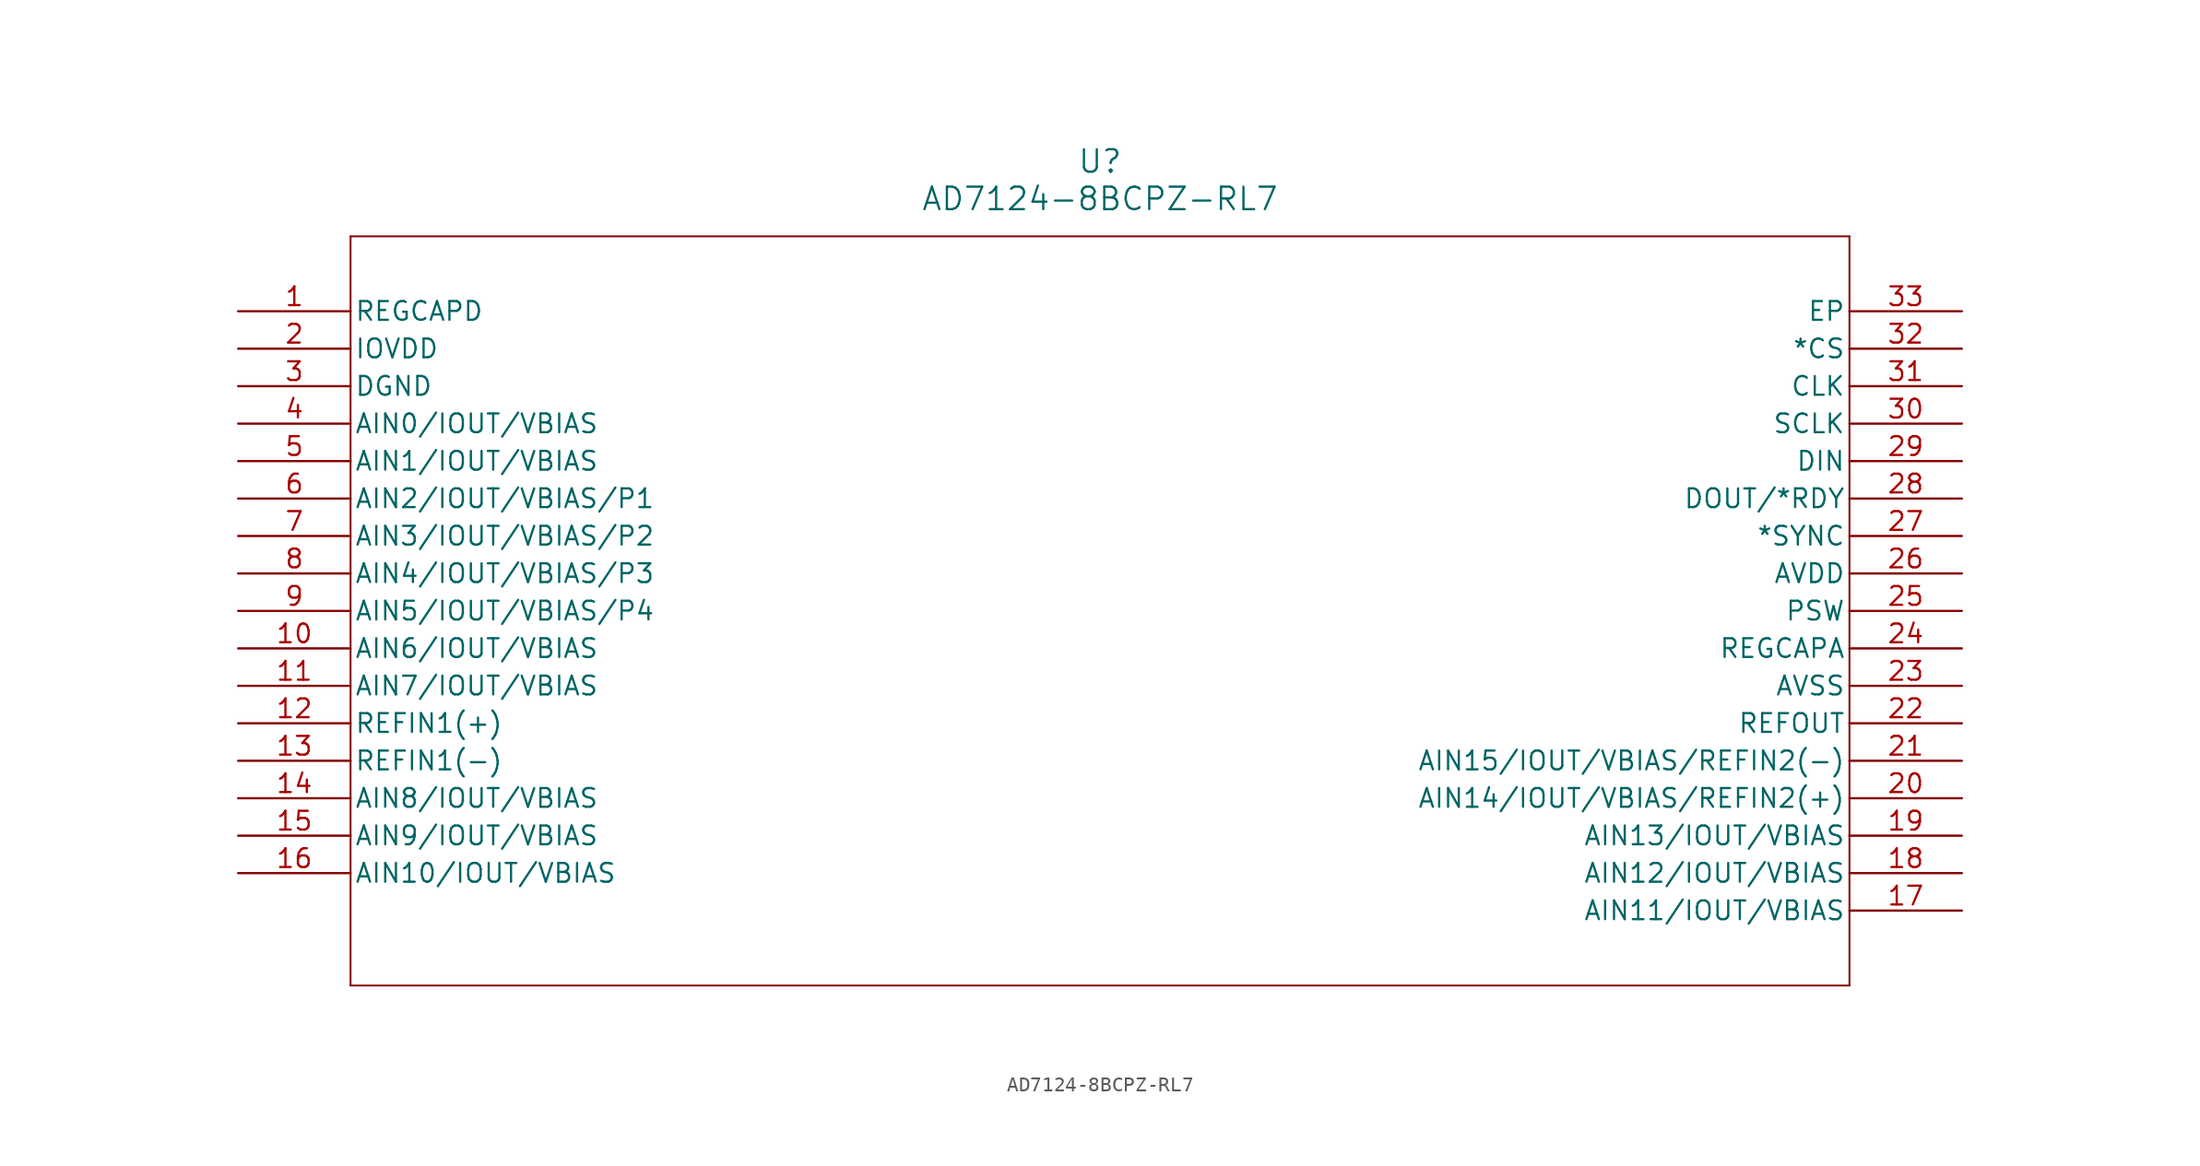
<source format=kicad_sym>
(kicad_symbol_lib
  (version 20211014)
  (generator kicad_symbol_editor)
  (symbol "AD7124-8BCPZ-RL7"
    (pin_names
      (offset 0.254))
    (property "Reference" "U"
      (at 58.42 10.16 0)
      (effects (font (size 1.524 1.524))))
    (property "Value" "AD7124-8BCPZ-RL7"
      (at 58.42 7.62 0)
      (effects (font (size 1.524 1.524))))
    (symbol "AD7124-8BCPZ-RL7_0_1"
      (polyline (pts (xy 7.62 5.08) (xy 7.62 -45.72)) (stroke (width 0.127) (type default) (color 0 0 0 0)) (fill (type none)))
      (polyline (pts (xy 7.62 -45.72) (xy 109.22 -45.72)) (stroke (width 0.127) (type default) (color 0 0 0 0)) (fill (type none)))
      (polyline (pts (xy 109.22 -45.72) (xy 109.22 5.08)) (stroke (width 0.127) (type default) (color 0 0 0 0)) (fill (type none)))
      (polyline (pts (xy 109.22 5.08) (xy 7.62 5.08)) (stroke (width 0.127) (type default) (color 0 0 0 0)) (fill (type none)))
      (pin output line (at 0 0 0) (length 7.62) (name "REGCAPD" (effects (font (size 1.27 1.27)))) (number "1" (effects (font (size 1.27 1.27)))))
      (pin power_in line (at 0 -2.54 0) (length 7.62) (name "IOVDD" (effects (font (size 1.27 1.27)))) (number "2" (effects (font (size 1.27 1.27)))))
      (pin power_out line (at 0 -5.08 0) (length 7.62) (name "DGND" (effects (font (size 1.27 1.27)))) (number "3" (effects (font (size 1.27 1.27)))))
      (pin bidirectional line (at 0 -7.62 0) (length 7.62) (name "AIN0/IOUT/VBIAS" (effects (font (size 1.27 1.27)))) (number "4" (effects (font (size 1.27 1.27)))))
      (pin bidirectional line (at 0 -10.16 0) (length 7.62) (name "AIN1/IOUT/VBIAS" (effects (font (size 1.27 1.27)))) (number "5" (effects (font (size 1.27 1.27)))))
      (pin bidirectional line (at 0 -12.7 0) (length 7.62) (name "AIN2/IOUT/VBIAS/P1" (effects (font (size 1.27 1.27)))) (number "6" (effects (font (size 1.27 1.27)))))
      (pin bidirectional line (at 0 -15.24 0) (length 7.62) (name "AIN3/IOUT/VBIAS/P2" (effects (font (size 1.27 1.27)))) (number "7" (effects (font (size 1.27 1.27)))))
      (pin bidirectional line (at 0 -17.78 0) (length 7.62) (name "AIN4/IOUT/VBIAS/P3" (effects (font (size 1.27 1.27)))) (number "8" (effects (font (size 1.27 1.27)))))
      (pin bidirectional line (at 0 -20.32 0) (length 7.62) (name "AIN5/IOUT/VBIAS/P4" (effects (font (size 1.27 1.27)))) (number "9" (effects (font (size 1.27 1.27)))))
      (pin bidirectional line (at 0 -22.86 0) (length 7.62) (name "AIN6/IOUT/VBIAS" (effects (font (size 1.27 1.27)))) (number "10" (effects (font (size 1.27 1.27)))))
      (pin bidirectional line (at 0 -25.4 0) (length 7.62) (name "AIN7/IOUT/VBIAS" (effects (font (size 1.27 1.27)))) (number "11" (effects (font (size 1.27 1.27)))))
      (pin input line (at 0 -27.94 0) (length 7.62) (name "REFIN1(+)" (effects (font (size 1.27 1.27)))) (number "12" (effects (font (size 1.27 1.27)))))
      (pin input line (at 0 -30.48 0) (length 7.62) (name "REFIN1(-)" (effects (font (size 1.27 1.27)))) (number "13" (effects (font (size 1.27 1.27)))))
      (pin bidirectional line (at 0 -33.02 0) (length 7.62) (name "AIN8/IOUT/VBIAS" (effects (font (size 1.27 1.27)))) (number "14" (effects (font (size 1.27 1.27)))))
      (pin bidirectional line (at 0 -35.56 0) (length 7.62) (name "AIN9/IOUT/VBIAS" (effects (font (size 1.27 1.27)))) (number "15" (effects (font (size 1.27 1.27)))))
      (pin bidirectional line (at 0 -38.1 0) (length 7.62) (name "AIN10/IOUT/VBIAS" (effects (font (size 1.27 1.27)))) (number "16" (effects (font (size 1.27 1.27)))))
      (pin bidirectional line (at 116.84 -40.64 180) (length 7.62) (name "AIN11/IOUT/VBIAS" (effects (font (size 1.27 1.27)))) (number "17" (effects (font (size 1.27 1.27)))))
      (pin bidirectional line (at 116.84 -38.1 180) (length 7.62) (name "AIN12/IOUT/VBIAS" (effects (font (size 1.27 1.27)))) (number "18" (effects (font (size 1.27 1.27)))))
      (pin bidirectional line (at 116.84 -35.56 180) (length 7.62) (name "AIN13/IOUT/VBIAS" (effects (font (size 1.27 1.27)))) (number "19" (effects (font (size 1.27 1.27)))))
      (pin bidirectional line (at 116.84 -33.02 180) (length 7.62) (name "AIN14/IOUT/VBIAS/REFIN2(+)" (effects (font (size 1.27 1.27)))) (number "20" (effects (font (size 1.27 1.27)))))
      (pin bidirectional line (at 116.84 -30.48 180) (length 7.62) (name "AIN15/IOUT/VBIAS/REFIN2(-)" (effects (font (size 1.27 1.27)))) (number "21" (effects (font (size 1.27 1.27)))))
      (pin output line (at 116.84 -27.94 180) (length 7.62) (name "REFOUT" (effects (font (size 1.27 1.27)))) (number "22" (effects (font (size 1.27 1.27)))))
      (pin power_in line (at 116.84 -25.4 180) (length 7.62) (name "AVSS" (effects (font (size 1.27 1.27)))) (number "23" (effects (font (size 1.27 1.27)))))
      (pin output line (at 116.84 -22.86 180) (length 7.62) (name "REGCAPA" (effects (font (size 1.27 1.27)))) (number "24" (effects (font (size 1.27 1.27)))))
      (pin unspecified line (at 116.84 -20.32 180) (length 7.62) (name "PSW" (effects (font (size 1.27 1.27)))) (number "25" (effects (font (size 1.27 1.27)))))
      (pin power_in line (at 116.84 -17.78 180) (length 7.62) (name "AVDD" (effects (font (size 1.27 1.27)))) (number "26" (effects (font (size 1.27 1.27)))))
      (pin input line (at 116.84 -15.24 180) (length 7.62) (name "*SYNC" (effects (font (size 1.27 1.27)))) (number "27" (effects (font (size 1.27 1.27)))))
      (pin output line (at 116.84 -12.7 180) (length 7.62) (name "DOUT/*RDY" (effects (font (size 1.27 1.27)))) (number "28" (effects (font (size 1.27 1.27)))))
      (pin input line (at 116.84 -10.16 180) (length 7.62) (name "DIN" (effects (font (size 1.27 1.27)))) (number "29" (effects (font (size 1.27 1.27)))))
      (pin input line (at 116.84 -7.62 180) (length 7.62) (name "SCLK" (effects (font (size 1.27 1.27)))) (number "30" (effects (font (size 1.27 1.27)))))
      (pin bidirectional line (at 116.84 -5.08 180) (length 7.62) (name "CLK" (effects (font (size 1.27 1.27)))) (number "31" (effects (font (size 1.27 1.27)))))
      (pin input line (at 116.84 -2.54 180) (length 7.62) (name "*CS" (effects (font (size 1.27 1.27)))) (number "32" (effects (font (size 1.27 1.27)))))
      (pin power_out line (at 116.84 0 180) (length 7.62) (name "EP" (effects (font (size 1.27 1.27)))) (number "33" (effects (font (size 1.27 1.27))))))))
</source>
